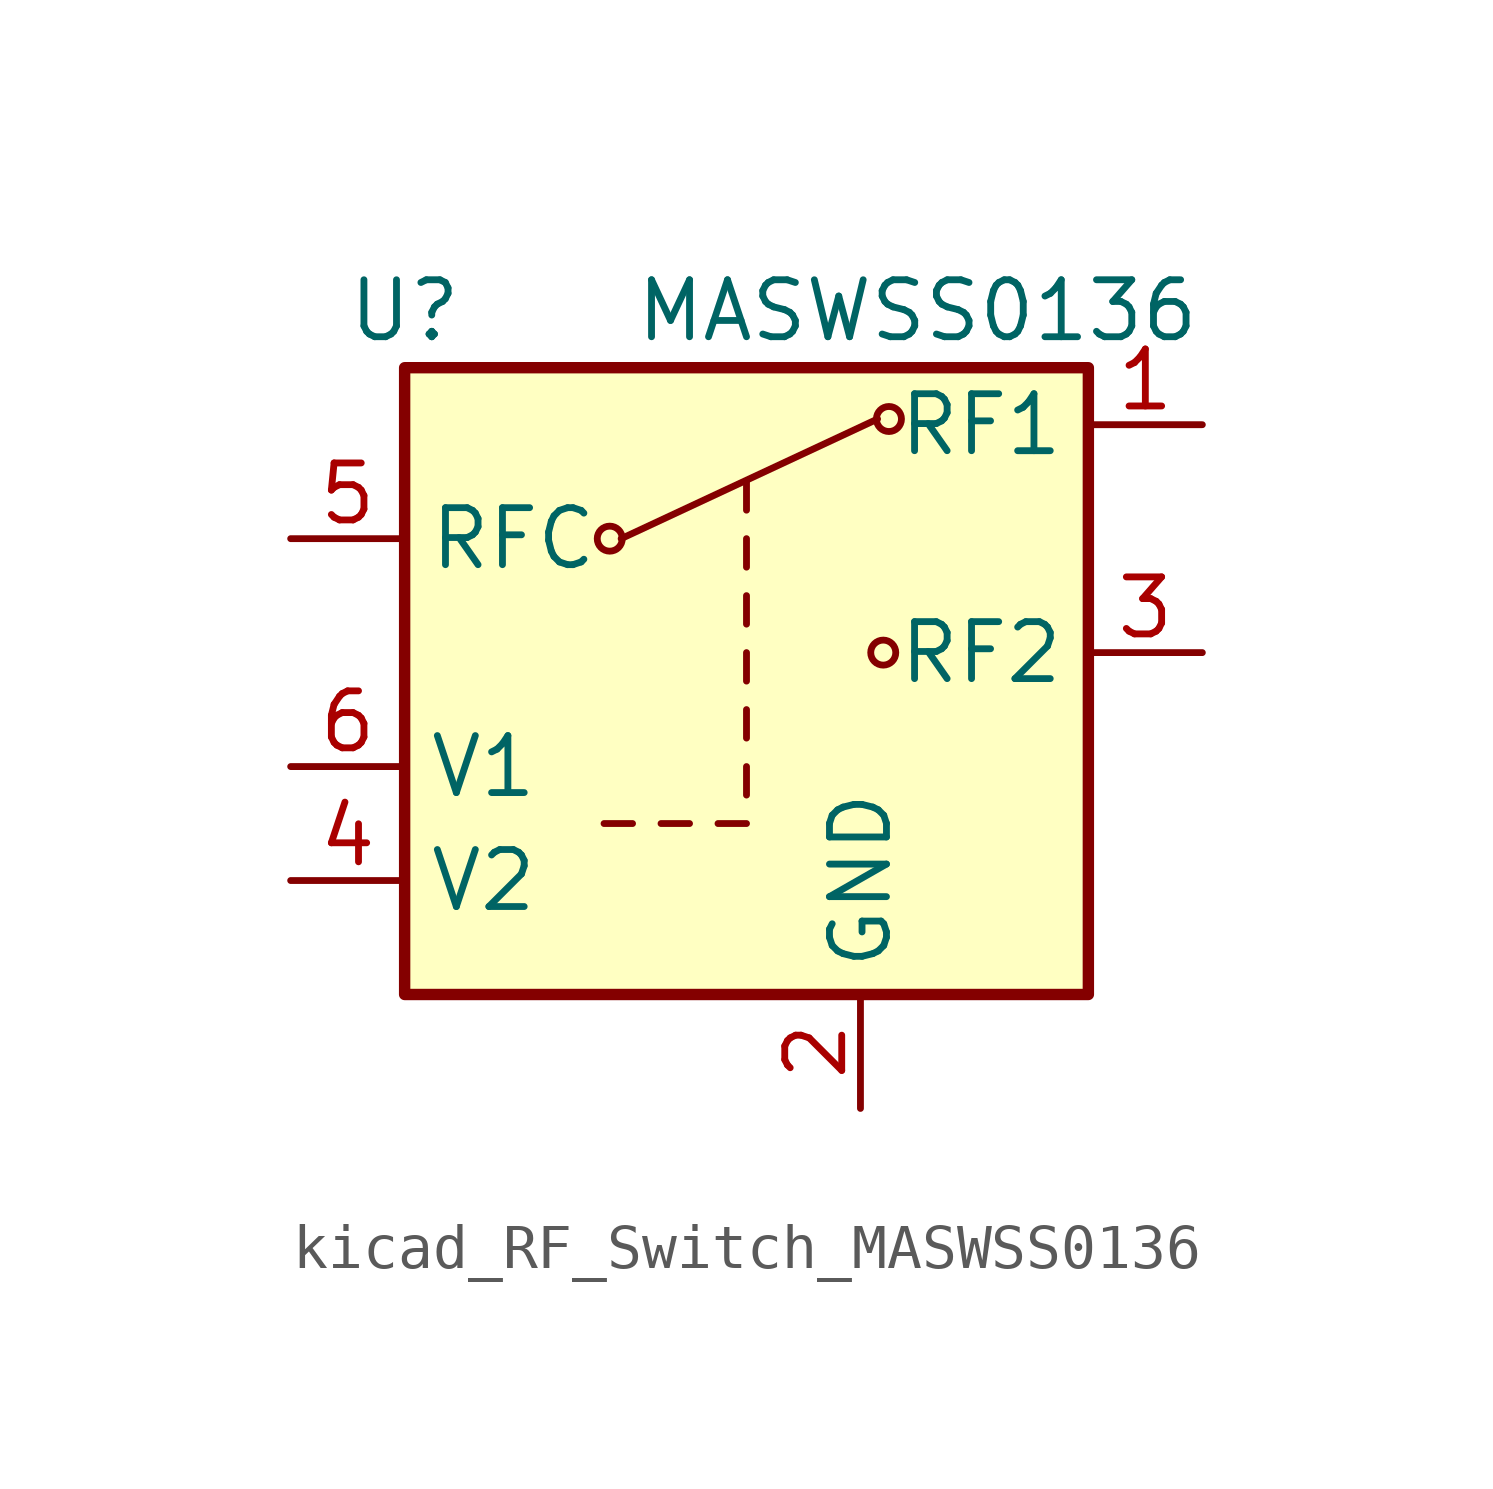
<source format=kicad_sym>
(kicad_symbol_lib
  (version 20220914)
  (generator kicad_symbol_editor)
  (symbol "kicad_RF_Switch_MASWSS0136"
    (property "Reference" "U"
      (at -7.62 7.62 0)
      (effects (font (size 1.27 1.27))))
    (property "Value" "MASWSS0136"
      (at 3.81 7.62 0)
      (effects (font (size 1.27 1.27))))
    (symbol "kicad_RF_Switch_MASWSS0136_0_1"
      (circle (center -3.048 2.54) (radius 0.279) (stroke (width 0) (type default)) (fill (type none)))
      (polyline (pts (xy -3.175 -3.81) (xy -2.54 -3.81)) (stroke (width 0) (type default)) (fill (type none)))
      (polyline (pts (xy -2.794 2.54) (xy 2.921 5.207)) (stroke (width 0) (type default)) (fill (type none)))
      (polyline (pts (xy -1.905 -3.81) (xy -1.27 -3.81)) (stroke (width 0) (type default)) (fill (type none)))
      (polyline (pts (xy -0.635 -3.81) (xy 0 -3.81)) (stroke (width 0) (type default)) (fill (type none)))
      (polyline (pts (xy 0 -3.175) (xy 0 -2.54)) (stroke (width 0) (type default)) (fill (type none)))
      (polyline (pts (xy 0 -1.905) (xy 0 -1.27)) (stroke (width 0) (type default)) (fill (type none)))
      (polyline (pts (xy 0 -0.635) (xy 0 0)) (stroke (width 0) (type default)) (fill (type none)))
      (polyline (pts (xy 0 0.635) (xy 0 1.27)) (stroke (width 0) (type default)) (fill (type none)))
      (polyline (pts (xy 0 1.905) (xy 0 2.54)) (stroke (width 0) (type default)) (fill (type none)))
      (polyline (pts (xy 0 3.175) (xy 0 3.81)) (stroke (width 0) (type default)) (fill (type none)))
      (circle (center 3.048 0) (radius 0.279) (stroke (width 0) (type default)) (fill (type none)))
      (circle (center 3.175 5.207) (radius 0.279) (stroke (width 0) (type default)) (fill (type none)))
      (rectangle (start 7.62 -7.62) (end -7.62 6.35) (stroke (width 0.254) (type default)) (fill (type background))))
    (symbol "kicad_RF_Switch_MASWSS0136_1_1"
      (pin passive line (at 10.16 5.08 180) (length 2.54) (name "RF1" (effects (font (size 1.27 1.27)))) (number "1" (effects (font (size 1.27 1.27)))))
      (pin power_in line (at 2.54 -10.16 90) (length 2.54) (name "GND" (effects (font (size 1.27 1.27)))) (number "2" (effects (font (size 1.27 1.27)))))
      (pin passive line (at 10.16 0 180) (length 2.54) (name "RF2" (effects (font (size 1.27 1.27)))) (number "3" (effects (font (size 1.27 1.27)))))
      (pin input line (at -10.16 -5.08 0) (length 2.54) (name "V2" (effects (font (size 1.27 1.27)))) (number "4" (effects (font (size 1.27 1.27)))))
      (pin passive line (at -10.16 2.54 0) (length 2.54) (name "RFC" (effects (font (size 1.27 1.27)))) (number "5" (effects (font (size 1.27 1.27)))))
      (pin input line (at -10.16 -2.54 0) (length 2.54) (name "V1" (effects (font (size 1.27 1.27)))) (number "6" (effects (font (size 1.27 1.27))))))))
</source>
